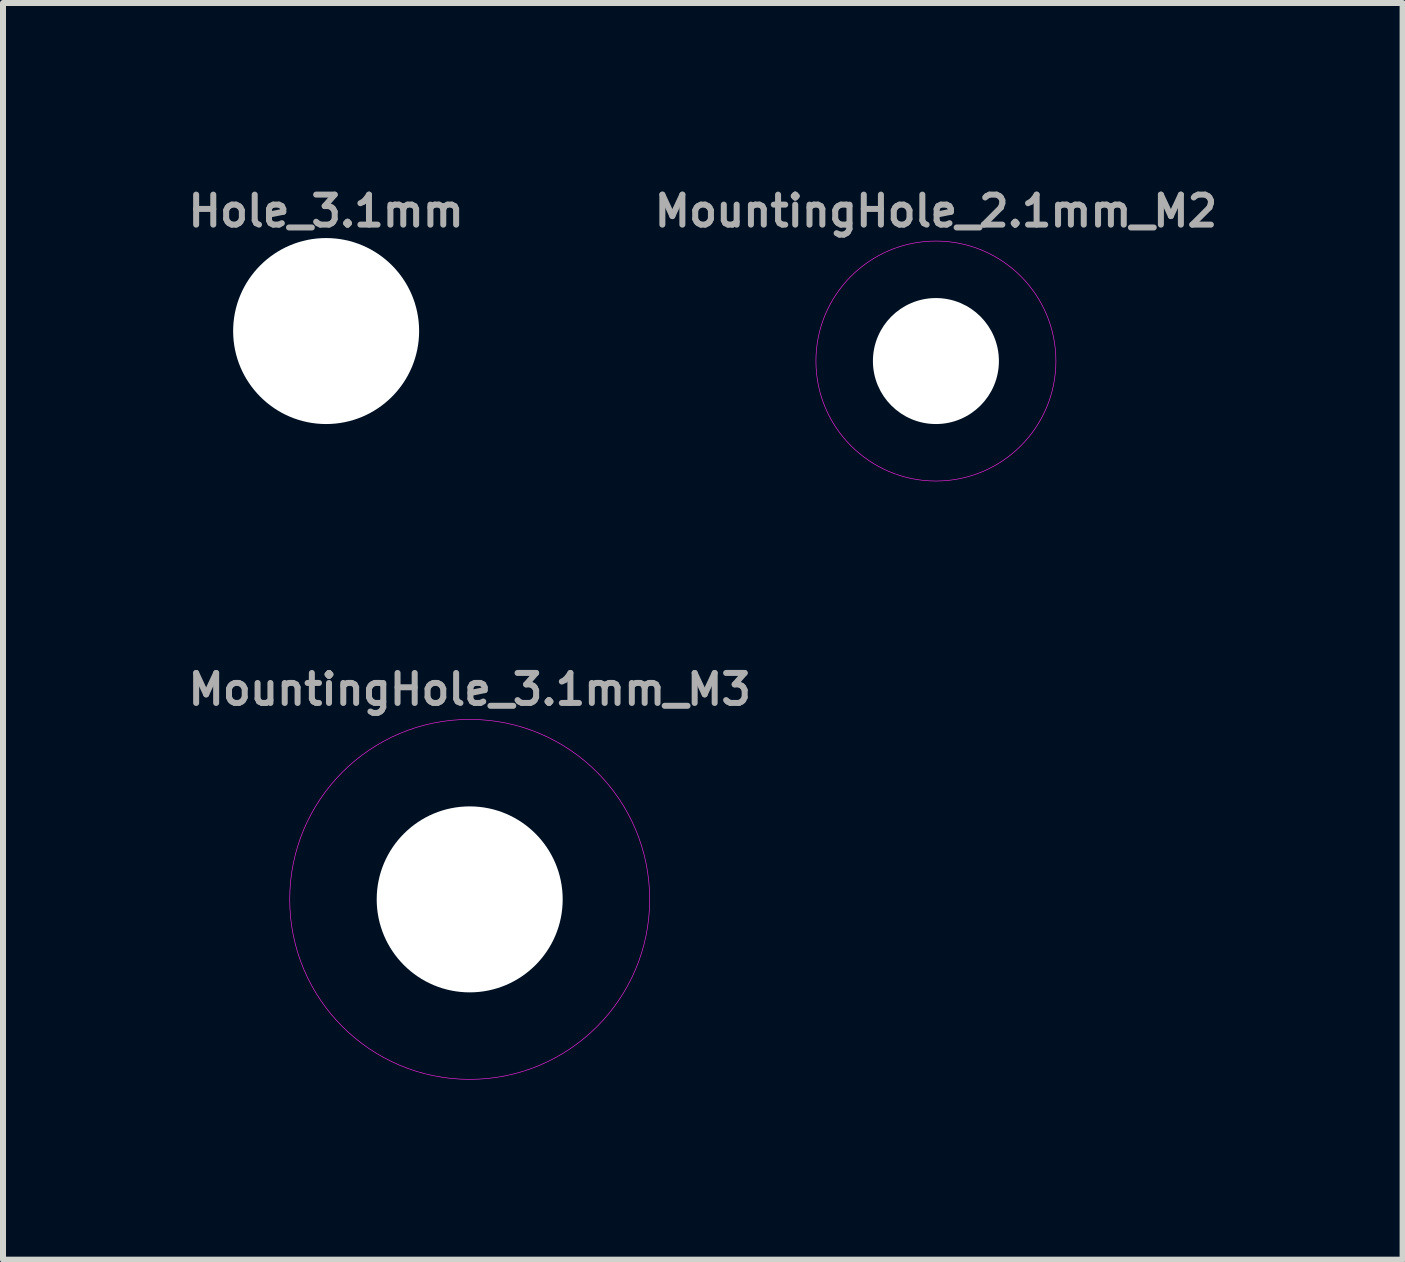
<source format=kicad_pcb>
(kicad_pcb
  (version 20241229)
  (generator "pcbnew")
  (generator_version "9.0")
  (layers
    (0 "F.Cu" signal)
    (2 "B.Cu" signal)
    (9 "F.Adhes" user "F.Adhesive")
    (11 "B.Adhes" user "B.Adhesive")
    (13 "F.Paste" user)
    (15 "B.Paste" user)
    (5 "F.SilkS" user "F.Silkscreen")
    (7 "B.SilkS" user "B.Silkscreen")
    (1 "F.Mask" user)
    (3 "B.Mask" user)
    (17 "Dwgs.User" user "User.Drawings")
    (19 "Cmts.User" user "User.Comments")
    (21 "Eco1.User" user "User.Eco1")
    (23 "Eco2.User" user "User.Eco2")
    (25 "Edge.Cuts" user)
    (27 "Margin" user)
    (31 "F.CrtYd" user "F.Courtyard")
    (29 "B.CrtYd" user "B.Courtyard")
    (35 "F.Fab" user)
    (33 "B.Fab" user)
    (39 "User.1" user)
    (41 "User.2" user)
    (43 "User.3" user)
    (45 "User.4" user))
  (footprint "MountingHole_3.1mm_M3"
    (layer "F.Cu")
    (at 4.779 11.941)
    (property "Reference" "MountingHole_3.1mm_M3" (at 0 -3.5 0) (layer "F.Fab") (effects (font (size 0.5 0.5) (thickness 0.1))))
    (attr exclude_from_pos_files exclude_from_bom)
    (fp_circle (center 0 0) (end 3 0) (stroke (width 0.01) (type solid)) (fill no) (layer "F.CrtYd"))
    (pad "" np_thru_hole circle (at 0 0) (size 3.1 3.1) (drill 3.1) (layers "*.Cu" "*.Mask")))
  (footprint "Hole_3.1mm"
    (layer "F.Cu")
    (at 2.386 2.468)
    (property "Reference" "Hole_3.1mm" (at 0 -2 0) (layer "F.Fab") (effects (font (size 0.5 0.5) (thickness 0.1))))
    (attr exclude_from_pos_files exclude_from_bom)
    (pad "" np_thru_hole circle (at 0 0) (size 3.1 3.1) (drill 3.1) (layers "*.Cu" "*.Mask")))
  (footprint "MountingHole_2.1mm_M2"
    (layer "F.Cu")
    (at 12.55 2.968)
    (property "Reference" "MountingHole_2.1mm_M2" (at 0 -2.5 0) (layer "F.Fab") (effects (font (size 0.5 0.5) (thickness 0.1))))
    (attr board_only exclude_from_pos_files exclude_from_bom)
    (fp_circle (center 0 0) (end 2 0) (stroke (width 0.01) (type solid)) (fill no) (layer "F.CrtYd"))
    (pad "" np_thru_hole circle (at 0 0) (size 2.1 2.1) (drill 2.1) (layers "*.Cu" "*.Mask")))
  (gr_rect
    (start -3 -3)
    (end 20.329 17.946)
    (stroke (width 0.1) (type default))
    (fill no)
    (layer "Edge.Cuts")))
</source>
